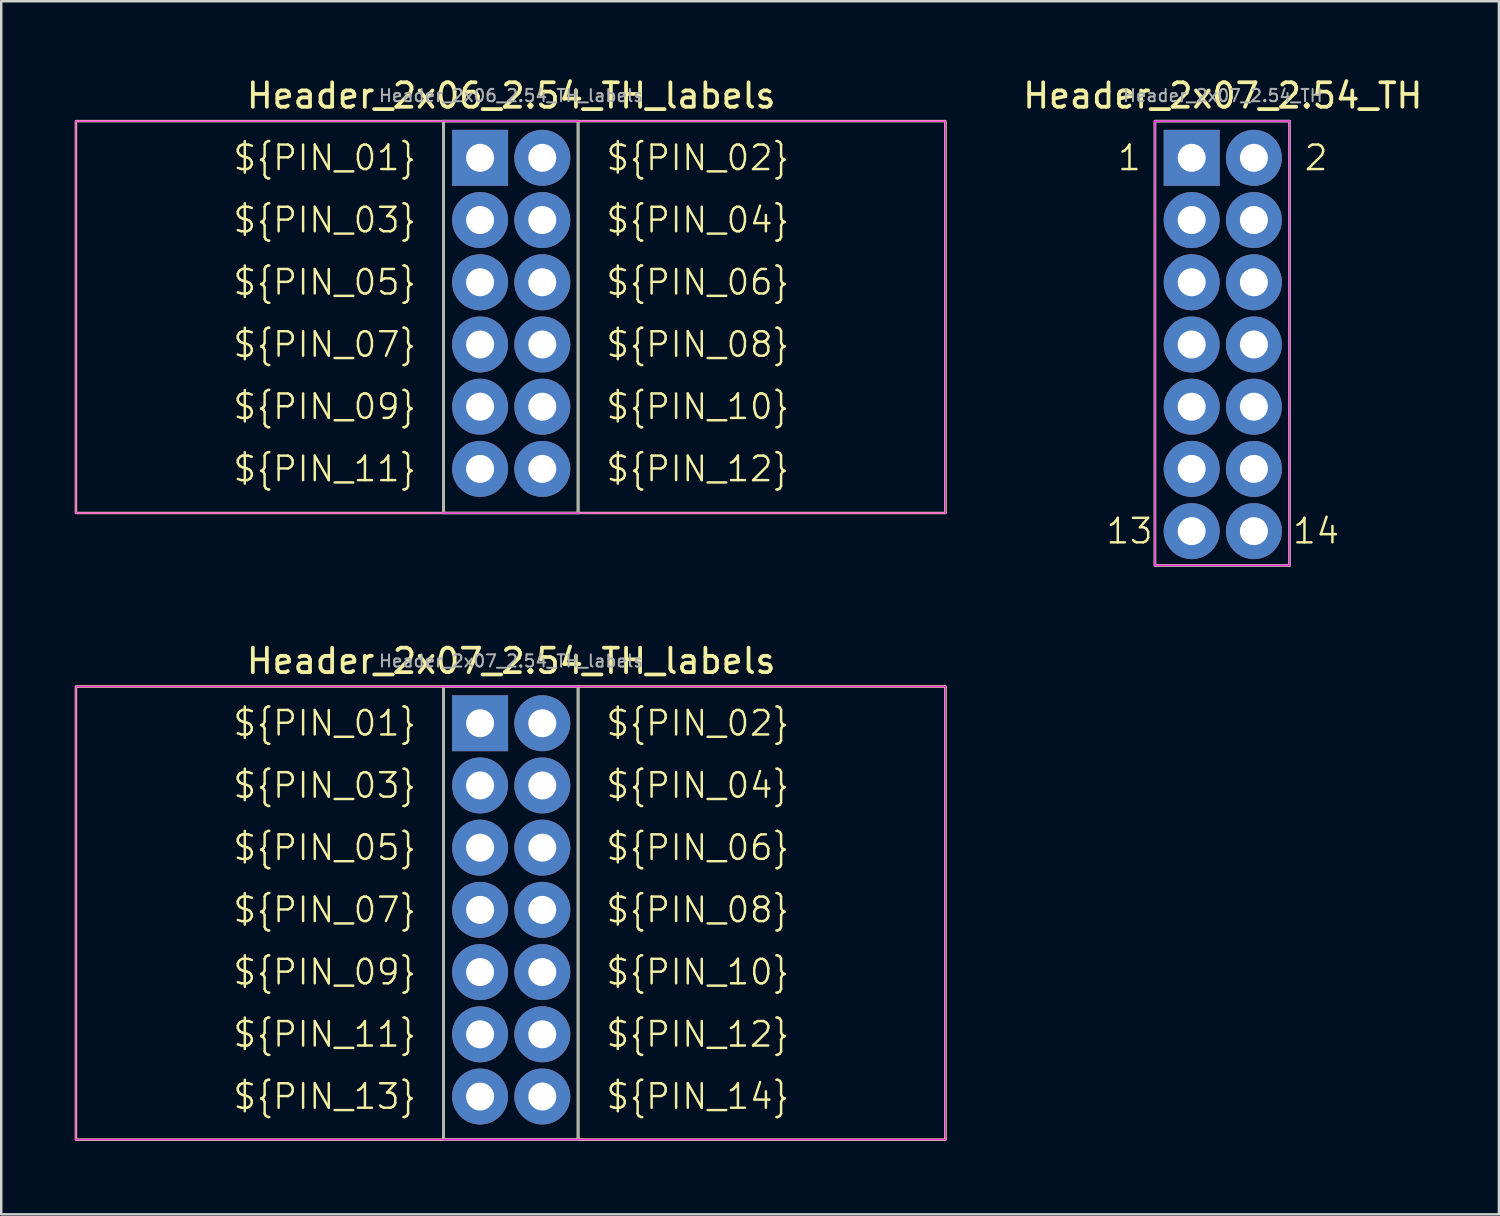
<source format=kicad_pcb>
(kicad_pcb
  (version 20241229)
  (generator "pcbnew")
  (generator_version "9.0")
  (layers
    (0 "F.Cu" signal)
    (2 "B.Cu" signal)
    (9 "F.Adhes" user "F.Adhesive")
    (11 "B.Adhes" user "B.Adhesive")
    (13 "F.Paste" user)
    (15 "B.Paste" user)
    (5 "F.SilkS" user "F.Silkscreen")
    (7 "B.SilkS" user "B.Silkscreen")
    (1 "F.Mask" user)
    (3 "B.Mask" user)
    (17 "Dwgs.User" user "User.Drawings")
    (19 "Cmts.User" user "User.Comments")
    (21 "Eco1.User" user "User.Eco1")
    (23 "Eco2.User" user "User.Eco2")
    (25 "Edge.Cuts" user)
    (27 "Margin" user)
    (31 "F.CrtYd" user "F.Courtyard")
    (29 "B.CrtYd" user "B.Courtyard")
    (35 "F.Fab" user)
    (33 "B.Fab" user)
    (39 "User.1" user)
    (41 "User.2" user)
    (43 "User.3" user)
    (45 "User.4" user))
  (footprint "Header_2x07_2.54_TH"
    (layer "F.Cu")
    (at 45.602 3.394)
    (property "Reference" "Header_2x07_2.54_TH" (at 1.27 -2.54 0) (layer "F.SilkS") (effects (font (size 1 1) (thickness 0.153))))
    (attr through_hole)
    (fp_rect (start -1.5 -1.5) (end 4 16.64) (stroke (width 0.1) (type default)) (fill no) (layer "F.SilkS"))
    (fp_line (start -1.5 -1.5) (end 4 -1.5) (stroke (width 0.05) (type default)) (layer "F.CrtYd"))
    (fp_line (start -1.5 16.64) (end -1.5 -1.5) (stroke (width 0.05) (type default)) (layer "F.CrtYd"))
    (fp_line (start 4 -1.5) (end 4 16.64) (stroke (width 0.05) (type default)) (layer "F.CrtYd"))
    (fp_line (start 4 16.64) (end -1.5 16.64) (stroke (width 0.05) (type default)) (layer "F.CrtYd"))
    (fp_rect (start -1.5 -1.5) (end 4 16.64) (stroke (width 0.1) (type default)) (fill no) (layer "F.Fab"))
    (fp_text user "1" (at -2.54 0 0) (unlocked yes) (layer "F.SilkS") (effects (font (size 1 1) (thickness 0.1))))
    (fp_text user "13" (at -2.54 15.24 0) (unlocked yes) (layer "F.SilkS") (effects (font (size 1 1) (thickness 0.1))))
    (fp_text user "14" (at 5.08 15.24 0) (unlocked yes) (layer "F.SilkS") (effects (font (size 1 1) (thickness 0.1))))
    (fp_text user "2" (at 5.08 0 0) (unlocked yes) (layer "F.SilkS") (effects (font (size 1 1) (thickness 0.1))))
    (fp_text user "${REFERENCE}" (at 1.27 -2.54 0) (layer "F.Fab") (effects (font (size 0.5 0.5) (thickness 0.08))))
    (pad "1" thru_hole rect (at 0 0) (size 2.286 2.286) (drill 1.143) (layers "*.Cu" "*.Mask"))
    (pad "2" thru_hole circle (at 2.54 0) (size 2.286 2.286) (drill 1.143) (layers "*.Cu" "*.Mask"))
    (pad "3" thru_hole circle (at 0 2.54) (size 2.286 2.286) (drill 1.143) (layers "*.Cu" "*.Mask"))
    (pad "4" thru_hole circle (at 2.54 2.54) (size 2.286 2.286) (drill 1.143) (layers "*.Cu" "*.Mask"))
    (pad "5" thru_hole circle (at 0 5.08) (size 2.286 2.286) (drill 1.143) (layers "*.Cu" "*.Mask"))
    (pad "6" thru_hole circle (at 2.54 5.08) (size 2.286 2.286) (drill 1.143) (layers "*.Cu" "*.Mask"))
    (pad "7" thru_hole circle (at 0 7.62) (size 2.286 2.286) (drill 1.143) (layers "*.Cu" "*.Mask"))
    (pad "8" thru_hole circle (at 2.54 7.62) (size 2.286 2.286) (drill 1.143) (layers "*.Cu" "*.Mask"))
    (pad "9" thru_hole circle (at 0 10.16) (size 2.286 2.286) (drill 1.143) (layers "*.Cu" "*.Mask"))
    (pad "10" thru_hole circle (at 2.54 10.16) (size 2.286 2.286) (drill 1.143) (layers "*.Cu" "*.Mask"))
    (pad "11" thru_hole circle (at 0 12.7) (size 2.286 2.286) (drill 1.143) (layers "*.Cu" "*.Mask"))
    (pad "12" thru_hole circle (at 2.54 12.7) (size 2.286 2.286) (drill 1.143) (layers "*.Cu" "*.Mask"))
    (pad "13" thru_hole circle (at 0 15.24) (size 2.286 2.286) (drill 1.143) (layers "*.Cu" "*.Mask"))
    (pad "14" thru_hole circle (at 2.54 15.24) (size 2.286 2.286) (drill 1.143) (layers "*.Cu" "*.Mask")))
  (footprint "Header_2x06_2.54_TH_labels"
    (layer "F.Cu")
    (at 16.55 3.394)
    (property "Reference" "Header_2x06_2.54_TH_labels" (at 1.27 -2.54 0) (layer "F.SilkS") (effects (font (size 1 1) (thickness 0.153))))
    (attr through_hole)
    (fp_rect (start -16.5 -1.5) (end -1.5 14.5) (stroke (width 0.1) (type default)) (fill no) (layer "F.SilkS"))
    (fp_rect (start -1.5 -1.5) (end 4 14.5) (stroke (width 0.1) (type default)) (fill no) (layer "F.SilkS"))
    (fp_rect (start 4 -1.5) (end 19 14.5) (stroke (width 0.1) (type default)) (fill no) (layer "F.SilkS"))
    (fp_line (start -16.5 -1.5) (end 19 -1.5) (stroke (width 0.05) (type default)) (layer "F.CrtYd"))
    (fp_line (start -16.5 14.5) (end -16.5 -1.5) (stroke (width 0.05) (type default)) (layer "F.CrtYd"))
    (fp_line (start 19 -1.5) (end 19 14.5) (stroke (width 0.05) (type default)) (layer "F.CrtYd"))
    (fp_line (start 19 14.5) (end -16.5 14.5) (stroke (width 0.05) (type default)) (layer "F.CrtYd"))
    (fp_rect (start -1.5 -1.5) (end 4 14.5) (stroke (width 0.1) (type default)) (fill no) (layer "F.Fab"))
    (fp_text user "${PIN_02}" (at 5.08 0 0) (unlocked yes) (layer "F.SilkS") (effects (font (size 1 1) (thickness 0.1)) (justify left)))
    (fp_text user "${PIN_07}" (at -2.54 7.62 0) (unlocked yes) (layer "F.SilkS") (effects (font (size 1 1) (thickness 0.1)) (justify right)))
    (fp_text user "${PIN_05}" (at -2.54 5.08 0) (unlocked yes) (layer "F.SilkS") (effects (font (size 1 1) (thickness 0.1)) (justify right)))
    (fp_text user "${PIN_12}" (at 5.08 12.7 0) (unlocked yes) (layer "F.SilkS") (effects (font (size 1 1) (thickness 0.1)) (justify left)))
    (fp_text user "${PIN_09}" (at -2.54 10.16 0) (unlocked yes) (layer "F.SilkS") (effects (font (size 1 1) (thickness 0.1)) (justify right)))
    (fp_text user "${PIN_04}" (at 5.08 2.54 0) (unlocked yes) (layer "F.SilkS") (effects (font (size 1 1) (thickness 0.1)) (justify left)))
    (fp_text user "${PIN_01}" (at -2.54 0 0) (unlocked yes) (layer "F.SilkS") (effects (font (size 1 1) (thickness 0.1)) (justify right)))
    (fp_text user "${PIN_06}" (at 5.08 5.08 0) (unlocked yes) (layer "F.SilkS") (effects (font (size 1 1) (thickness 0.1)) (justify left)))
    (fp_text user "${PIN_11}" (at -2.54 12.7 0) (unlocked yes) (layer "F.SilkS") (effects (font (size 1 1) (thickness 0.1)) (justify right)))
    (fp_text user "${PIN_03}" (at -2.54 2.54 0) (unlocked yes) (layer "F.SilkS") (effects (font (size 1 1) (thickness 0.1)) (justify right)))
    (fp_text user "${PIN_08}" (at 5.08 7.62 0) (unlocked yes) (layer "F.SilkS") (effects (font (size 1 1) (thickness 0.1)) (justify left)))
    (fp_text user "${PIN_10}" (at 5.08 10.16 0) (unlocked yes) (layer "F.SilkS") (effects (font (size 1 1) (thickness 0.1)) (justify left)))
    (fp_text user "${REFERENCE}" (at 1.27 -2.54 0) (layer "F.Fab") (effects (font (size 0.5 0.5) (thickness 0.08))))
    (pad "1" thru_hole rect (at 0 0) (size 2.286 2.286) (drill 1.143) (layers "*.Cu" "*.Mask"))
    (pad "2" thru_hole circle (at 2.54 0) (size 2.286 2.286) (drill 1.143) (layers "*.Cu" "*.Mask"))
    (pad "3" thru_hole circle (at 0 2.54) (size 2.286 2.286) (drill 1.143) (layers "*.Cu" "*.Mask"))
    (pad "4" thru_hole circle (at 2.54 2.54) (size 2.286 2.286) (drill 1.143) (layers "*.Cu" "*.Mask"))
    (pad "5" thru_hole circle (at 0 5.08) (size 2.286 2.286) (drill 1.143) (layers "*.Cu" "*.Mask"))
    (pad "6" thru_hole circle (at 2.54 5.08) (size 2.286 2.286) (drill 1.143) (layers "*.Cu" "*.Mask"))
    (pad "7" thru_hole circle (at 0 7.62) (size 2.286 2.286) (drill 1.143) (layers "*.Cu" "*.Mask"))
    (pad "8" thru_hole circle (at 2.54 7.62) (size 2.286 2.286) (drill 1.143) (layers "*.Cu" "*.Mask"))
    (pad "9" thru_hole circle (at 0 10.16) (size 2.286 2.286) (drill 1.143) (layers "*.Cu" "*.Mask"))
    (pad "10" thru_hole circle (at 2.54 10.16) (size 2.286 2.286) (drill 1.143) (layers "*.Cu" "*.Mask"))
    (pad "11" thru_hole circle (at 0 12.7) (size 2.286 2.286) (drill 1.143) (layers "*.Cu" "*.Mask"))
    (pad "12" thru_hole circle (at 2.54 12.7) (size 2.286 2.286) (drill 1.143) (layers "*.Cu" "*.Mask")))
  (footprint "Header_2x07_2.54_TH_labels"
    (layer "F.Cu")
    (at 16.55 26.477)
    (property "Reference" "Header_2x07_2.54_TH_labels" (at 1.27 -2.54 0) (layer "F.SilkS") (effects (font (size 1 1) (thickness 0.153))))
    (attr through_hole)
    (fp_rect (start -16.5 -1.5) (end -1.5 17) (stroke (width 0.1) (type default)) (fill no) (layer "F.SilkS"))
    (fp_rect (start -1.5 -1.5) (end 4 17) (stroke (width 0.1) (type default)) (fill no) (layer "F.SilkS"))
    (fp_rect (start 4 -1.5) (end 19 17) (stroke (width 0.1) (type default)) (fill no) (layer "F.SilkS"))
    (fp_line (start -16.5 -1.5) (end 19 -1.5) (stroke (width 0.05) (type default)) (layer "F.CrtYd"))
    (fp_line (start -16.5 17) (end -16.5 -1.5) (stroke (width 0.05) (type default)) (layer "F.CrtYd"))
    (fp_line (start 19 -1.5) (end 19 17) (stroke (width 0.05) (type default)) (layer "F.CrtYd"))
    (fp_line (start 19 17) (end -16.5 17) (stroke (width 0.05) (type default)) (layer "F.CrtYd"))
    (fp_rect (start -1.5 -1.5) (end 4 17) (stroke (width 0.1) (type default)) (fill no) (layer "F.Fab"))
    (fp_text user "${PIN_02}" (at 5.08 0 0) (unlocked yes) (layer "F.SilkS") (effects (font (size 1 1) (thickness 0.1)) (justify left)))
    (fp_text user "${PIN_08}" (at 5.08 7.62 0) (unlocked yes) (layer "F.SilkS") (effects (font (size 1 1) (thickness 0.1)) (justify left)))
    (fp_text user "${PIN_07}" (at -2.54 7.62 0) (unlocked yes) (layer "F.SilkS") (effects (font (size 1 1) (thickness 0.1)) (justify right)))
    (fp_text user "${PIN_12}" (at 5.08 12.7 0) (unlocked yes) (layer "F.SilkS") (effects (font (size 1 1) (thickness 0.1)) (justify left)))
    (fp_text user "${PIN_01}" (at -2.54 0 0) (unlocked yes) (layer "F.SilkS") (effects (font (size 1 1) (thickness 0.1)) (justify right)))
    (fp_text user "${PIN_05}" (at -2.54 5.08 0) (unlocked yes) (layer "F.SilkS") (effects (font (size 1 1) (thickness 0.1)) (justify right)))
    (fp_text user "${PIN_03}" (at -2.54 2.54 0) (unlocked yes) (layer "F.SilkS") (effects (font (size 1 1) (thickness 0.1)) (justify right)))
    (fp_text user "${PIN_10}" (at 5.08 10.16 0) (unlocked yes) (layer "F.SilkS") (effects (font (size 1 1) (thickness 0.1)) (justify left)))
    (fp_text user "${PIN_11}" (at -2.54 12.7 0) (unlocked yes) (layer "F.SilkS") (effects (font (size 1 1) (thickness 0.1)) (justify right)))
    (fp_text user "${PIN_14}" (at 5.08 15.24 0) (unlocked yes) (layer "F.SilkS") (effects (font (size 1 1) (thickness 0.1)) (justify left)))
    (fp_text user "${PIN_09}" (at -2.54 10.16 0) (unlocked yes) (layer "F.SilkS") (effects (font (size 1 1) (thickness 0.1)) (justify right)))
    (fp_text user "${PIN_06}" (at 5.08 5.08 0) (unlocked yes) (layer "F.SilkS") (effects (font (size 1 1) (thickness 0.1)) (justify left)))
    (fp_text user "${PIN_04}" (at 5.08 2.54 0) (unlocked yes) (layer "F.SilkS") (effects (font (size 1 1) (thickness 0.1)) (justify left)))
    (fp_text user "${PIN_13}" (at -2.54 15.24 0) (unlocked yes) (layer "F.SilkS") (effects (font (size 1 1) (thickness 0.1)) (justify right)))
    (fp_text user "${REFERENCE}" (at 1.27 -2.54 0) (layer "F.Fab") (effects (font (size 0.5 0.5) (thickness 0.08))))
    (pad "1" thru_hole rect (at 0 0) (size 2.286 2.286) (drill 1.143) (layers "*.Cu" "*.Mask"))
    (pad "2" thru_hole circle (at 2.54 0) (size 2.286 2.286) (drill 1.143) (layers "*.Cu" "*.Mask"))
    (pad "3" thru_hole circle (at 0 2.54) (size 2.286 2.286) (drill 1.143) (layers "*.Cu" "*.Mask"))
    (pad "4" thru_hole circle (at 2.54 2.54) (size 2.286 2.286) (drill 1.143) (layers "*.Cu" "*.Mask"))
    (pad "5" thru_hole circle (at 0 5.08) (size 2.286 2.286) (drill 1.143) (layers "*.Cu" "*.Mask"))
    (pad "6" thru_hole circle (at 2.54 5.08) (size 2.286 2.286) (drill 1.143) (layers "*.Cu" "*.Mask"))
    (pad "7" thru_hole circle (at 0 7.62) (size 2.286 2.286) (drill 1.143) (layers "*.Cu" "*.Mask"))
    (pad "8" thru_hole circle (at 2.54 7.62) (size 2.286 2.286) (drill 1.143) (layers "*.Cu" "*.Mask"))
    (pad "9" thru_hole circle (at 0 10.16) (size 2.286 2.286) (drill 1.143) (layers "*.Cu" "*.Mask"))
    (pad "10" thru_hole circle (at 2.54 10.16) (size 2.286 2.286) (drill 1.143) (layers "*.Cu" "*.Mask"))
    (pad "11" thru_hole circle (at 0 12.7) (size 2.286 2.286) (drill 1.143) (layers "*.Cu" "*.Mask"))
    (pad "12" thru_hole circle (at 2.54 12.7) (size 2.286 2.286) (drill 1.143) (layers "*.Cu" "*.Mask"))
    (pad "13" thru_hole circle (at 0 15.24) (size 2.286 2.286) (drill 1.143) (layers "*.Cu" "*.Mask"))
    (pad "14" thru_hole circle (at 2.54 15.24) (size 2.286 2.286) (drill 1.143) (layers "*.Cu" "*.Mask")))
  (gr_rect
    (start -3 -3)
    (end 58.145 46.527)
    (stroke (width 0.1) (type default))
    (fill no)
    (layer "Edge.Cuts")))
</source>
